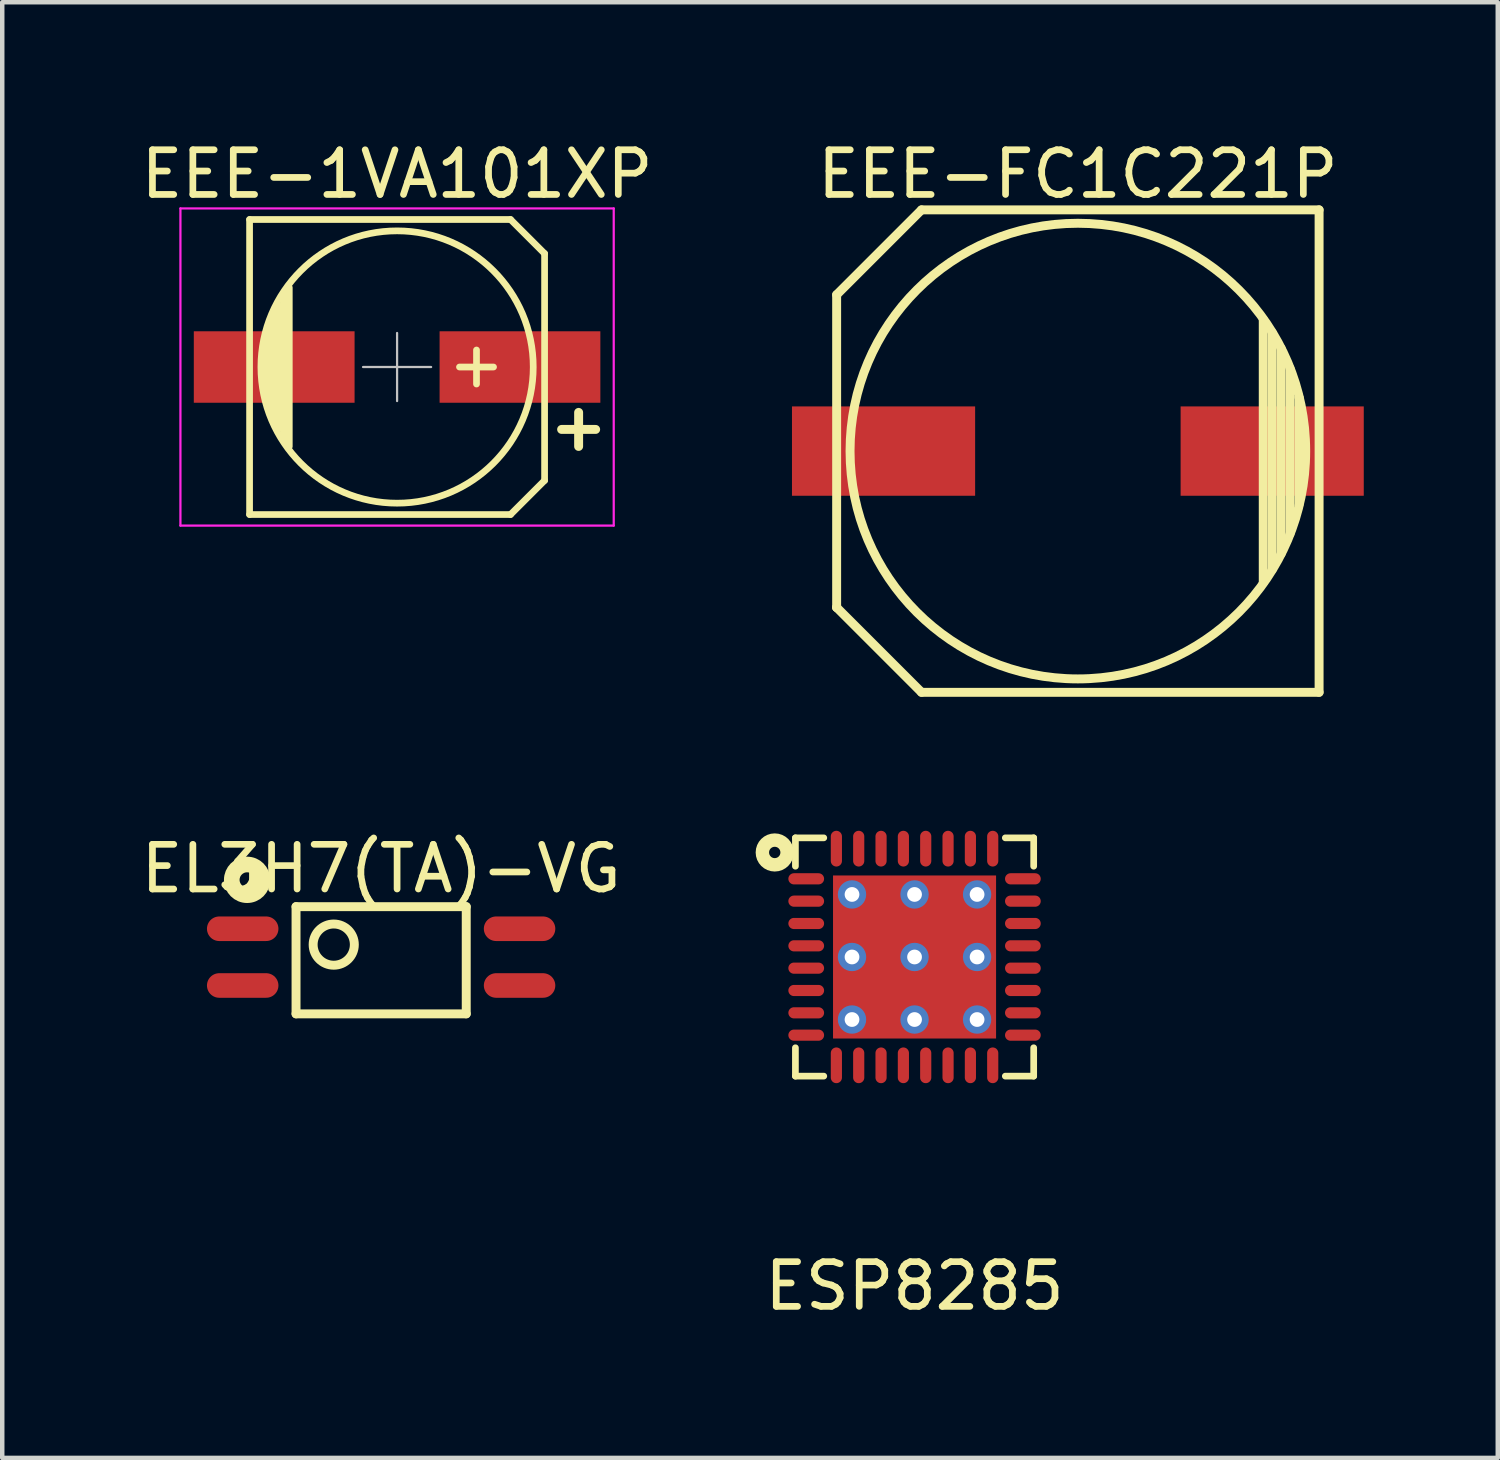
<source format=kicad_pcb>
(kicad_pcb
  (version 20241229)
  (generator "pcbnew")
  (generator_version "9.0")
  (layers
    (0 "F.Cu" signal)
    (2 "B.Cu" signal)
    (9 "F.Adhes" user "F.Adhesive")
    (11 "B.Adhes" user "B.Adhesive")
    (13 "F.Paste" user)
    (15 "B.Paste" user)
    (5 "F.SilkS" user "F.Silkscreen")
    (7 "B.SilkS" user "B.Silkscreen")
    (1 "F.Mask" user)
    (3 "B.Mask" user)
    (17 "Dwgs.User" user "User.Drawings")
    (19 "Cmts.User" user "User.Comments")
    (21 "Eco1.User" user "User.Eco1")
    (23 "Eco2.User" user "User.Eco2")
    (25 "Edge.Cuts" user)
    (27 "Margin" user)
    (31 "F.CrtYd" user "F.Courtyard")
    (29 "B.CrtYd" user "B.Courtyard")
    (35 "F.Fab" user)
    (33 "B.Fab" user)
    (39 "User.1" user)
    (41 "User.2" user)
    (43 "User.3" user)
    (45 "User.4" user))
  (footprint "EEE-FC1C221P"
    (layer "F.Cu")
    (at 21.079 7.048)
    (property "Reference" "EEE-FC1C221P" (at 0 -6.2 0) (layer "F.SilkS") (effects (font (size 1 1) (thickness 0.15))))
    (attr through_hole)
    (fp_line (start -5.4 -3.5) (end -5.4 3.5) (stroke (width 0.2) (type solid)) (layer "F.SilkS"))
    (fp_line (start -5.4 3.5) (end -5.4 3.5) (stroke (width 0.2) (type solid)) (layer "F.SilkS"))
    (fp_line (start -3.5 -5.4) (end -5.4 -3.5) (stroke (width 0.2) (type solid)) (layer "F.SilkS"))
    (fp_line (start -3.5 5.4) (end -5.4 3.5) (stroke (width 0.2) (type solid)) (layer "F.SilkS"))
    (fp_line (start 4.15 -2.95) (end 4.15 2.95) (stroke (width 0.2) (type solid)) (layer "F.SilkS"))
    (fp_line (start 4.35 2.65) (end 4.35 -2.65) (stroke (width 0.2) (type solid)) (layer "F.SilkS"))
    (fp_line (start 4.55 -2.3) (end 4.55 2.3) (stroke (width 0.2) (type solid)) (layer "F.SilkS"))
    (fp_line (start 4.75 1.85) (end 4.75 -1.85) (stroke (width 0.2) (type solid)) (layer "F.SilkS"))
    (fp_line (start 4.95 -1.2) (end 4.95 -1.2) (stroke (width 0.2) (type solid)) (layer "F.SilkS"))
    (fp_line (start 4.95 1.2) (end 4.95 -1.2) (stroke (width 0.2) (type solid)) (layer "F.SilkS"))
    (fp_line (start 5.4 -5.4) (end -3.5 -5.4) (stroke (width 0.2) (type solid)) (layer "F.SilkS"))
    (fp_line (start 5.4 -5.4) (end 5.4 5.4) (stroke (width 0.2) (type solid)) (layer "F.SilkS"))
    (fp_line (start 5.4 5.4) (end -3.5 5.4) (stroke (width 0.2) (type solid)) (layer "F.SilkS"))
    (fp_circle (center 0 0) (end 5.1 0) (stroke (width 0.2) (type solid)) (fill no) (layer "F.SilkS"))
    (pad "1" smd rect (at -4.35 0 180) (size 4.1 2) (layers "F.Cu" "F.Mask" "F.Paste"))
    (pad "2" smd rect (at 4.35 0 180) (size 4.1 2) (layers "F.Cu" "F.Mask" "F.Paste")))
  (footprint "EL3H7(TA)-VG"
    (layer "F.Cu")
    (at 5.482 19.646)
    (property "Reference" "EL3H7(TA)-VG" (at 0 -3.25 0) (layer "F.SilkS") (effects (font (size 1 1) (thickness 0.15))))
    (attr through_hole)
    (fp_line (start -1.905 -2.4) (end -1.905 0) (stroke (width 0.2) (type solid)) (layer "F.SilkS"))
    (fp_line (start -1.905 -2.4) (end 1.905 -2.4) (stroke (width 0.2) (type solid)) (layer "F.SilkS"))
    (fp_line (start -1.905 0) (end 1.905 0) (stroke (width 0.2) (type solid)) (layer "F.SilkS"))
    (fp_line (start 1.905 -2.4) (end 1.905 0) (stroke (width 0.2) (type solid)) (layer "F.SilkS"))
    (fp_circle (center -3 -3) (end -2.95 -2.839) (stroke (width 0.35) (type solid)) (fill no) (layer "F.SilkS"))
    (fp_circle (center -1.061 -1.55) (end -0.711 -1.25) (stroke (width 0.2) (type solid)) (fill no) (layer "F.SilkS"))
    (pad "1" smd oval (at -3.099 -1.905 90) (size 0.55 1.6) (layers "F.Cu" "F.Mask" "F.Paste"))
    (pad "2" smd oval (at -3.099 -0.635 90) (size 0.55 1.6) (layers "F.Cu" "F.Mask" "F.Paste"))
    (pad "3" smd oval (at 3.099 -0.635 90) (size 0.55 1.6) (layers "F.Cu" "F.Mask" "F.Paste"))
    (pad "4" smd oval (at 3.099 -1.905 90) (size 0.55 1.6) (layers "F.Cu" "F.Mask" "F.Paste")))
  (footprint "EEE-1VA101XP"
    (layer "F.Cu")
    (at 5.839 5.166)
    (property "Reference" "EEE-1VA101XP" (at 0 -4.318 0) (layer "F.SilkS") (effects (font (size 1 1) (thickness 0.15))))
    (attr smd)
    (fp_line (start -3.302 -3.302) (end -3.302 3.302) (stroke (width 0.15) (type solid)) (layer "F.SilkS"))
    (fp_line (start -3.302 3.302) (end 2.54 3.302) (stroke (width 0.15) (type solid)) (layer "F.SilkS"))
    (fp_line (start -2.921 -0.762) (end -2.921 0.762) (stroke (width 0.15) (type solid)) (layer "F.SilkS"))
    (fp_line (start -2.794 1.143) (end -2.794 -1.143) (stroke (width 0.15) (type solid)) (layer "F.SilkS"))
    (fp_line (start -2.667 -1.397) (end -2.667 1.397) (stroke (width 0.15) (type solid)) (layer "F.SilkS"))
    (fp_line (start -2.54 1.651) (end -2.54 -1.651) (stroke (width 0.15) (type solid)) (layer "F.SilkS"))
    (fp_line (start -2.413 -1.778) (end -2.413 1.778) (stroke (width 0.15) (type solid)) (layer "F.SilkS"))
    (fp_line (start 1.778 -0.381) (end 1.778 0.381) (stroke (width 0.15) (type solid)) (layer "F.SilkS"))
    (fp_line (start 2.159 0) (end 1.397 0) (stroke (width 0.15) (type solid)) (layer "F.SilkS"))
    (fp_line (start 2.54 -3.302) (end -3.302 -3.302) (stroke (width 0.15) (type solid)) (layer "F.SilkS"))
    (fp_line (start 2.54 3.302) (end 3.302 2.54) (stroke (width 0.15) (type solid)) (layer "F.SilkS"))
    (fp_line (start 3.302 -2.54) (end 2.54 -3.302) (stroke (width 0.15) (type solid)) (layer "F.SilkS"))
    (fp_line (start 3.302 2.54) (end 3.302 -2.54) (stroke (width 0.15) (type solid)) (layer "F.SilkS"))
    (fp_line (start 3.683 1.397) (end 4.445 1.397) (stroke (width 0.2) (type solid)) (layer "F.SilkS"))
    (fp_line (start 4.064 1.016) (end 4.064 1.778) (stroke (width 0.2) (type solid)) (layer "F.SilkS"))
    (fp_circle (center 0 0) (end -3.048 0) (stroke (width 0.15) (type solid)) (fill no) (layer "F.SilkS"))
    (fp_line (start 0 -0.762) (end 0 0.762) (stroke (width 0.05) (type solid)) (layer "Dwgs.User"))
    (fp_line (start 0.762 0) (end -0.762 0) (stroke (width 0.05) (type solid)) (layer "Dwgs.User"))
    (fp_line (start -4.85 -3.55) (end 4.85 -3.55) (stroke (width 0.05) (type solid)) (layer "F.CrtYd"))
    (fp_line (start -4.85 3.55) (end -4.85 -3.55) (stroke (width 0.05) (type solid)) (layer "F.CrtYd"))
    (fp_line (start 4.85 -3.55) (end 4.85 3.55) (stroke (width 0.05) (type solid)) (layer "F.CrtYd"))
    (fp_line (start 4.85 3.55) (end -4.85 3.55) (stroke (width 0.05) (type solid)) (layer "F.CrtYd"))
    (pad "1" smd rect (at 2.751 0) (size 3.599 1.6) (layers "F.Cu" "F.Mask" "F.Paste"))
    (pad "2" smd rect (at -2.751 0) (size 3.599 1.6) (layers "F.Cu" "F.Mask" "F.Paste")))
  (footprint "ESP8285"
    (layer "F.Cu")
    (at 17.423 18.373)
    (property "Reference" "ESP8285" (at 0 7.366 0) (layer "F.SilkS") (effects (font (size 1 1) (thickness 0.15))))
    (attr through_hole)
    (fp_line (start -2.667 -2.667) (end -2.667 -2.032) (stroke (width 0.15) (type solid)) (layer "F.SilkS"))
    (fp_line (start -2.667 2.667) (end -2.667 2.032) (stroke (width 0.15) (type solid)) (layer "F.SilkS"))
    (fp_line (start -2.032 -2.667) (end -2.667 -2.667) (stroke (width 0.15) (type solid)) (layer "F.SilkS"))
    (fp_line (start -2.032 2.667) (end -2.667 2.667) (stroke (width 0.15) (type solid)) (layer "F.SilkS"))
    (fp_line (start 2.032 -2.667) (end 2.667 -2.667) (stroke (width 0.15) (type solid)) (layer "F.SilkS"))
    (fp_line (start 2.667 -2.667) (end 2.667 -2.032) (stroke (width 0.15) (type solid)) (layer "F.SilkS"))
    (fp_line (start 2.667 2.032) (end 2.667 2.667) (stroke (width 0.15) (type solid)) (layer "F.SilkS"))
    (fp_line (start 2.667 2.667) (end 2.032 2.667) (stroke (width 0.15) (type solid)) (layer "F.SilkS"))
    (fp_circle (center -3.13 -2.34) (end -3.003 -2.34) (stroke (width 0.3) (type solid)) (fill no) (layer "F.SilkS"))
    (pad "1" smd oval (at -2.425 -1.75) (size 0.8 0.25) (layers "F.Cu" "F.Mask" "F.Paste"))
    (pad "2" smd oval (at -2.425 -1.25) (size 0.8 0.25) (layers "F.Cu" "F.Mask" "F.Paste"))
    (pad "3" smd oval (at -2.425 -0.75) (size 0.8 0.25) (layers "F.Cu" "F.Mask" "F.Paste"))
    (pad "4" smd oval (at -2.425 -0.25) (size 0.8 0.25) (layers "F.Cu" "F.Mask" "F.Paste"))
    (pad "5" smd oval (at -2.425 0.25) (size 0.8 0.25) (layers "F.Cu" "F.Mask" "F.Paste"))
    (pad "6" smd oval (at -2.425 0.75) (size 0.8 0.25) (layers "F.Cu" "F.Mask" "F.Paste"))
    (pad "7" smd oval (at -2.425 1.25) (size 0.8 0.25) (layers "F.Cu" "F.Mask" "F.Paste"))
    (pad "8" smd oval (at -2.425 1.75) (size 0.8 0.25) (layers "F.Cu" "F.Mask" "F.Paste"))
    (pad "9" smd oval (at -1.75 2.425) (size 0.25 0.8) (layers "F.Cu" "F.Mask" "F.Paste"))
    (pad "10" smd oval (at -1.25 2.425) (size 0.25 0.8) (layers "F.Cu" "F.Mask" "F.Paste"))
    (pad "11" smd oval (at -0.75 2.425) (size 0.25 0.8) (layers "F.Cu" "F.Mask" "F.Paste"))
    (pad "12" smd oval (at -0.25 2.425) (size 0.25 0.8) (layers "F.Cu" "F.Mask" "F.Paste"))
    (pad "13" smd oval (at 0.25 2.425) (size 0.25 0.8) (layers "F.Cu" "F.Mask" "F.Paste"))
    (pad "14" smd oval (at 0.75 2.425) (size 0.25 0.8) (layers "F.Cu" "F.Mask" "F.Paste"))
    (pad "15" smd oval (at 1.25 2.425) (size 0.25 0.8) (layers "F.Cu" "F.Mask" "F.Paste"))
    (pad "16" smd oval (at 1.75 2.425) (size 0.25 0.8) (layers "F.Cu" "F.Mask" "F.Paste"))
    (pad "17" smd oval (at 2.425 1.75) (size 0.8 0.25) (layers "F.Cu" "F.Mask" "F.Paste"))
    (pad "18" smd oval (at 2.425 1.25) (size 0.8 0.25) (layers "F.Cu" "F.Mask" "F.Paste"))
    (pad "19" smd oval (at 2.425 0.75) (size 0.8 0.25) (layers "F.Cu" "F.Mask" "F.Paste"))
    (pad "20" smd oval (at 2.425 0.25) (size 0.8 0.25) (layers "F.Cu" "F.Mask" "F.Paste"))
    (pad "21" smd oval (at 2.425 -0.25) (size 0.8 0.25) (layers "F.Cu" "F.Mask" "F.Paste"))
    (pad "22" smd oval (at 2.425 -0.75) (size 0.8 0.25) (layers "F.Cu" "F.Mask" "F.Paste"))
    (pad "23" smd oval (at 2.425 -1.25) (size 0.8 0.25) (layers "F.Cu" "F.Mask" "F.Paste"))
    (pad "24" smd oval (at 2.425 -1.75) (size 0.8 0.25) (layers "F.Cu" "F.Mask" "F.Paste"))
    (pad "25" smd oval (at 1.75 -2.425) (size 0.25 0.8) (layers "F.Cu" "F.Mask" "F.Paste"))
    (pad "26" smd oval (at 1.25 -2.425) (size 0.25 0.8) (layers "F.Cu" "F.Mask" "F.Paste"))
    (pad "27" smd oval (at 0.75 -2.425) (size 0.25 0.8) (layers "F.Cu" "F.Mask" "F.Paste"))
    (pad "28" smd oval (at 0.25 -2.425) (size 0.25 0.8) (layers "F.Cu" "F.Mask" "F.Paste"))
    (pad "29" smd oval (at -0.25 -2.425) (size 0.25 0.8) (layers "F.Cu" "F.Mask" "F.Paste"))
    (pad "30" smd oval (at -0.75 -2.425) (size 0.25 0.8) (layers "F.Cu" "F.Mask" "F.Paste"))
    (pad "31" smd oval (at -1.25 -2.425) (size 0.25 0.8) (layers "F.Cu" "F.Mask" "F.Paste"))
    (pad "32" smd oval (at -1.75 -2.425) (size 0.25 0.8) (layers "F.Cu" "F.Mask" "F.Paste"))
    (pad "33" thru_hole circle (at -1.4 -1.4) (size 0.635 0.635) (drill 0.33) (layers "*.Cu" "*.Mask"))
    (pad "33" thru_hole circle (at -1.4 0) (size 0.635 0.635) (drill 0.33) (layers "*.Cu" "*.Mask"))
    (pad "33" thru_hole circle (at -1.4 1.4) (size 0.635 0.635) (drill 0.33) (layers "*.Cu" "*.Mask"))
    (pad "33" thru_hole circle (at 0 -1.4) (size 0.635 0.635) (drill 0.33) (layers "*.Cu" "*.Mask"))
    (pad "33" thru_hole circle (at 0 0) (size 0.635 0.635) (drill 0.33) (layers "*.Cu" "*.Mask"))
    (pad "33" smd rect (at 0 0) (size 3.65 3.65) (layers "F.Cu" "F.Mask" "F.Paste"))
    (pad "33" thru_hole circle (at 0 1.4) (size 0.635 0.635) (drill 0.33) (layers "*.Cu" "*.Mask"))
    (pad "33" thru_hole circle (at 1.4 -1.4) (size 0.635 0.635) (drill 0.33) (layers "*.Cu" "*.Mask"))
    (pad "33" thru_hole circle (at 1.4 0) (size 0.635 0.635) (drill 0.33) (layers "*.Cu" "*.Mask"))
    (pad "33" thru_hole circle (at 1.4 1.4) (size 0.635 0.635) (drill 0.33) (layers "*.Cu" "*.Mask")))
  (gr_rect
    (start -3 -3)
    (end 30.479 29.587)
    (stroke (width 0.1) (type default))
    (fill no)
    (layer "Edge.Cuts")))
</source>
